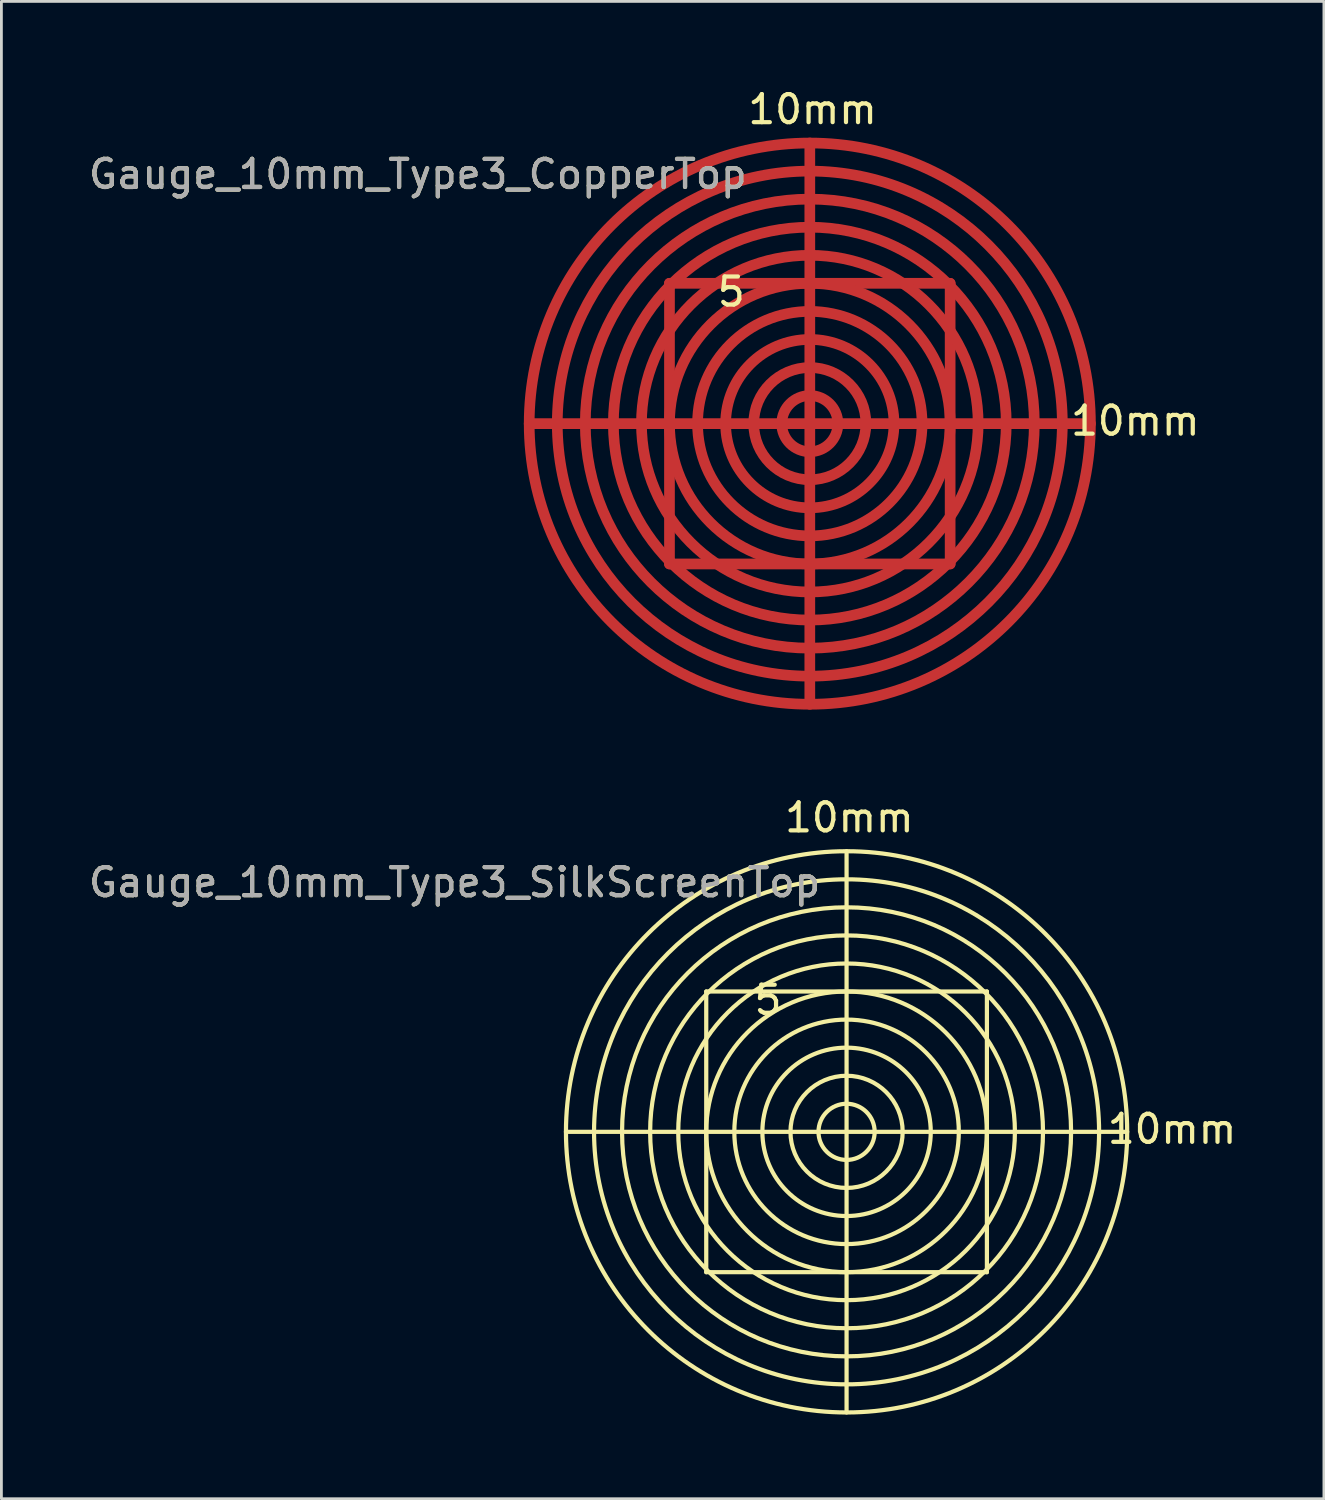
<source format=kicad_pcb>
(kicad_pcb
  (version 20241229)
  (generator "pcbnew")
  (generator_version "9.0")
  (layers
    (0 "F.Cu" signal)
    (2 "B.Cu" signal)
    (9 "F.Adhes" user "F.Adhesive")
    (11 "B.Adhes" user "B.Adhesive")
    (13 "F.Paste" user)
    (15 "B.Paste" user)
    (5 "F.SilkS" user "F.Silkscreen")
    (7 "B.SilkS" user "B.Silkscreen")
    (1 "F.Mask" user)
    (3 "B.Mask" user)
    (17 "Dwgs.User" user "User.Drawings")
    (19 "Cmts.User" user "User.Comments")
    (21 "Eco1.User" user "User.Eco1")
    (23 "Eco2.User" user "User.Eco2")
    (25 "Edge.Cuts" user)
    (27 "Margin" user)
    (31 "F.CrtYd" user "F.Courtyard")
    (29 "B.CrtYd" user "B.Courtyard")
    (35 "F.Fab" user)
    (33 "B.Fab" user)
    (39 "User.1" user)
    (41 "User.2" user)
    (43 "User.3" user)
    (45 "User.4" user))
  (footprint "Gauge_10mm_Type3_CopperTop"
    (layer "F.Cu")
    (at 25.809 12.047)
    (property "Reference" "Gauge_10mm_Type3_CopperTop" (at -13.97 -8.89 0) (layer "F.SilkS") (effects (font (size 1 1) (thickness 0.15))))
    (attr exclude_from_pos_files exclude_from_bom)
    (fp_line (start -5.001 -5.001) (end -5.001 0) (stroke (width 0.381) (type solid)) (layer "F.Cu"))
    (fp_line (start -5.001 5.001) (end -5.001 0) (stroke (width 0.381) (type solid)) (layer "F.Cu"))
    (fp_line (start -1.999 0) (end -10 0) (stroke (width 0.381) (type solid)) (layer "F.Cu"))
    (fp_line (start 0 -5.001) (end -5.001 -5.001) (stroke (width 0.381) (type solid)) (layer "F.Cu"))
    (fp_line (start 0 -5.001) (end 5.001 -5.001) (stroke (width 0.381) (type solid)) (layer "F.Cu"))
    (fp_line (start 0 0) (end -1.999 0) (stroke (width 0.381) (type solid)) (layer "F.Cu"))
    (fp_line (start 0 0) (end 0 -10) (stroke (width 0.381) (type solid)) (layer "F.Cu"))
    (fp_line (start 0 0) (end 0 1.999) (stroke (width 0.381) (type solid)) (layer "F.Cu"))
    (fp_line (start 0 0) (end 10 0) (stroke (width 0.381) (type solid)) (layer "F.Cu"))
    (fp_line (start 0 1.999) (end 0 10) (stroke (width 0.381) (type solid)) (layer "F.Cu"))
    (fp_line (start 0 5.001) (end -5.001 5.001) (stroke (width 0.381) (type solid)) (layer "F.Cu"))
    (fp_line (start 5.001 -5.001) (end 5.001 0) (stroke (width 0.381) (type solid)) (layer "F.Cu"))
    (fp_line (start 5.001 0) (end 5.001 5.001) (stroke (width 0.381) (type solid)) (layer "F.Cu"))
    (fp_line (start 5.001 5.001) (end 0 5.001) (stroke (width 0.381) (type solid)) (layer "F.Cu"))
    (fp_circle (center 0 0) (end 0 -8.999) (stroke (width 0.381) (type solid)) (fill no) (layer "F.Cu"))
    (fp_circle (center 0 0) (end 0 -8.001) (stroke (width 0.381) (type solid)) (fill no) (layer "F.Cu"))
    (fp_circle (center 0 0) (end 0 -7) (stroke (width 0.381) (type solid)) (fill no) (layer "F.Cu"))
    (fp_circle (center 0 0) (end 0 -5.999) (stroke (width 0.381) (type solid)) (fill no) (layer "F.Cu"))
    (fp_circle (center 0 0) (end 0 -4) (stroke (width 0.381) (type solid)) (fill no) (layer "F.Cu"))
    (fp_circle (center 0 0) (end 0 -3) (stroke (width 0.381) (type solid)) (fill no) (layer "F.Cu"))
    (fp_circle (center 0 0) (end 0 -1.999) (stroke (width 0.381) (type solid)) (fill no) (layer "F.Cu"))
    (fp_circle (center 0 0) (end 0 -1.001) (stroke (width 0.381) (type solid)) (fill no) (layer "F.Cu"))
    (fp_circle (center 0 0) (end 5.001 0) (stroke (width 0.381) (type solid)) (fill no) (layer "F.Cu"))
    (fp_circle (center 0 0) (end 10 0) (stroke (width 0.381) (type solid)) (fill no) (layer "F.Cu"))
    (fp_text user "5" (at -2.799 -4.699 0) (layer "F.SilkS") (effects (font (size 1 1) (thickness 0.15))))
    (fp_text user "10mm" (at 0.099 -11.199 0) (layer "F.SilkS") (effects (font (size 1 1) (thickness 0.15))))
    (fp_text user "10mm" (at 11.6 -0.099 0) (layer "F.SilkS") (effects (font (size 1 1) (thickness 0.15))))
    (fp_text user "${REFERENCE}" (at -13.97 -8.89 0) (layer "F.Fab") (effects (font (size 1 1) (thickness 0.15)))))
  (footprint "Gauge_10mm_Type3_SilkScreenTop"
    (layer "F.Cu")
    (at 27.119 37.285)
    (property "Reference" "Gauge_10mm_Type3_SilkScreenTop" (at -13.97 -8.89 0) (layer "F.SilkS") (effects (font (size 1 1) (thickness 0.15))))
    (attr exclude_from_pos_files exclude_from_bom)
    (fp_line (start -5.001 -5.001) (end -5.001 0) (stroke (width 0.15) (type solid)) (layer "F.SilkS"))
    (fp_line (start -5.001 5.001) (end -5.001 0) (stroke (width 0.15) (type solid)) (layer "F.SilkS"))
    (fp_line (start -1.999 0) (end -10 0) (stroke (width 0.15) (type solid)) (layer "F.SilkS"))
    (fp_line (start 0 -5.001) (end -5.001 -5.001) (stroke (width 0.15) (type solid)) (layer "F.SilkS"))
    (fp_line (start 0 -5.001) (end 5.001 -5.001) (stroke (width 0.15) (type solid)) (layer "F.SilkS"))
    (fp_line (start 0 0) (end -1.999 0) (stroke (width 0.15) (type solid)) (layer "F.SilkS"))
    (fp_line (start 0 0) (end 0 -10) (stroke (width 0.15) (type solid)) (layer "F.SilkS"))
    (fp_line (start 0 0) (end 0 1.999) (stroke (width 0.15) (type solid)) (layer "F.SilkS"))
    (fp_line (start 0 0) (end 10 0) (stroke (width 0.15) (type solid)) (layer "F.SilkS"))
    (fp_line (start 0 1.999) (end 0 10) (stroke (width 0.15) (type solid)) (layer "F.SilkS"))
    (fp_line (start 0 5.001) (end -5.001 5.001) (stroke (width 0.15) (type solid)) (layer "F.SilkS"))
    (fp_line (start 5.001 -5.001) (end 5.001 0) (stroke (width 0.15) (type solid)) (layer "F.SilkS"))
    (fp_line (start 5.001 0) (end 5.001 5.001) (stroke (width 0.15) (type solid)) (layer "F.SilkS"))
    (fp_line (start 5.001 5.001) (end 0 5.001) (stroke (width 0.15) (type solid)) (layer "F.SilkS"))
    (fp_circle (center 0 0) (end 0 -8.999) (stroke (width 0.15) (type solid)) (fill no) (layer "F.SilkS"))
    (fp_circle (center 0 0) (end 0 -8.001) (stroke (width 0.15) (type solid)) (fill no) (layer "F.SilkS"))
    (fp_circle (center 0 0) (end 0 -7) (stroke (width 0.15) (type solid)) (fill no) (layer "F.SilkS"))
    (fp_circle (center 0 0) (end 0 -5.999) (stroke (width 0.15) (type solid)) (fill no) (layer "F.SilkS"))
    (fp_circle (center 0 0) (end 0 -4) (stroke (width 0.15) (type solid)) (fill no) (layer "F.SilkS"))
    (fp_circle (center 0 0) (end 0 -3) (stroke (width 0.15) (type solid)) (fill no) (layer "F.SilkS"))
    (fp_circle (center 0 0) (end 0 -1.999) (stroke (width 0.15) (type solid)) (fill no) (layer "F.SilkS"))
    (fp_circle (center 0 0) (end 0 -1.001) (stroke (width 0.15) (type solid)) (fill no) (layer "F.SilkS"))
    (fp_circle (center 0 0) (end 5.001 0) (stroke (width 0.15) (type solid)) (fill no) (layer "F.SilkS"))
    (fp_circle (center 0 0) (end 10 0) (stroke (width 0.15) (type solid)) (fill no) (layer "F.SilkS"))
    (fp_text user "10mm" (at 11.6 -0.099 0) (layer "F.SilkS") (effects (font (size 1 1) (thickness 0.15))))
    (fp_text user "5" (at -2.799 -4.699 0) (layer "F.SilkS") (effects (font (size 1 1) (thickness 0.15))))
    (fp_text user "10mm" (at 0.099 -11.199 0) (layer "F.SilkS") (effects (font (size 1 1) (thickness 0.15))))
    (fp_text user "${REFERENCE}" (at -13.97 -8.89 0) (layer "F.Fab") (effects (font (size 1 1) (thickness 0.15)))))
  (gr_rect
    (start -3 -3)
    (end 44.13 50.36)
    (stroke (width 0.1) (type default))
    (fill no)
    (layer "Edge.Cuts")))
</source>
